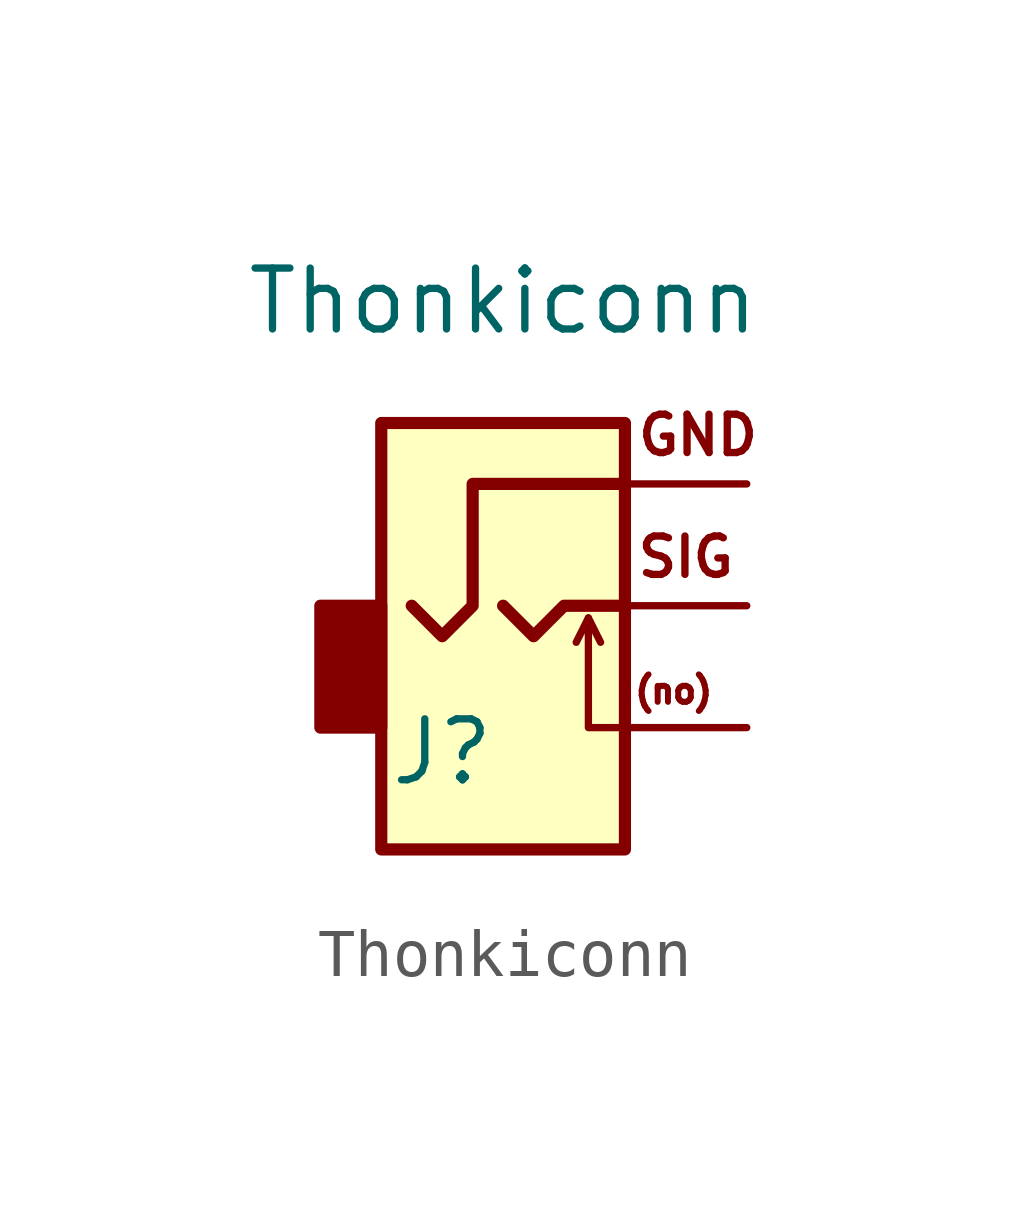
<source format=kicad_sym>
(kicad_symbol_lib
  (version 20220914)
  (generator kicad_symbol_editor)
  (symbol "Thonkiconn"
    (pin_numbers hide)
    (property "Reference" "J"
      (at -1.27 -3.048 0)
      (effects (font (size 1.27 1.27))))
    (property "Value" "Thonkiconn"
      (at 0 6.35 0)
      (effects (font (size 1.27 1.27))))
    (symbol "Thonkiconn_0_0"
      (text "(no)" (at 3.556 -1.778 0) (effects (font (size 0.5 0.5))))
      (text "GND" (at 4.064 3.556 0) (effects (font (size 0.8 0.8))))
      (text "SIG" (at 3.81 1.016 0) (effects (font (size 0.8 0.8)))))
    (symbol "Thonkiconn_0_1"
      (rectangle (start -2.54 0) (end -3.81 -2.54) (stroke (width 0.254) (type default)) (fill (type outline)))
      (polyline (pts (xy 1.778 -0.254) (xy 2.032 -0.762)) (stroke (width 0) (type default)) (fill (type none)))
      (polyline (pts (xy 0 0) (xy 0.635 -0.635) (xy 1.27 0) (xy 2.54 0)) (stroke (width 0.254) (type default)) (fill (type none)))
      (polyline (pts (xy 2.54 -2.54) (xy 1.778 -2.54) (xy 1.778 -0.254) (xy 1.524 -0.762)) (stroke (width 0) (type default)) (fill (type none)))
      (polyline (pts (xy 2.54 2.54) (xy -0.635 2.54) (xy -0.635 0) (xy -1.27 -0.635) (xy -1.905 0)) (stroke (width 0.254) (type default)) (fill (type none)))
      (rectangle (start 2.54 3.81) (end -2.54 -5.08) (stroke (width 0.254) (type default)) (fill (type background))))
    (symbol "Thonkiconn_1_1"
      (pin passive line (at 5.08 2.54 180) (length 2.54) (name "~" (effects (font (size 1.27 1.27)))) (number "S" (effects (font (size 1.27 1.27)))))
      (pin passive line (at 5.08 0 180) (length 2.54) (name "~" (effects (font (size 1.27 1.27)))) (number "T" (effects (font (size 1.27 1.27)))))
      (pin passive line (at 5.08 -2.54 180) (length 2.54) (name "~" (effects (font (size 1.27 1.27)))) (number "TN" (effects (font (size 1.27 1.27))))))))
</source>
